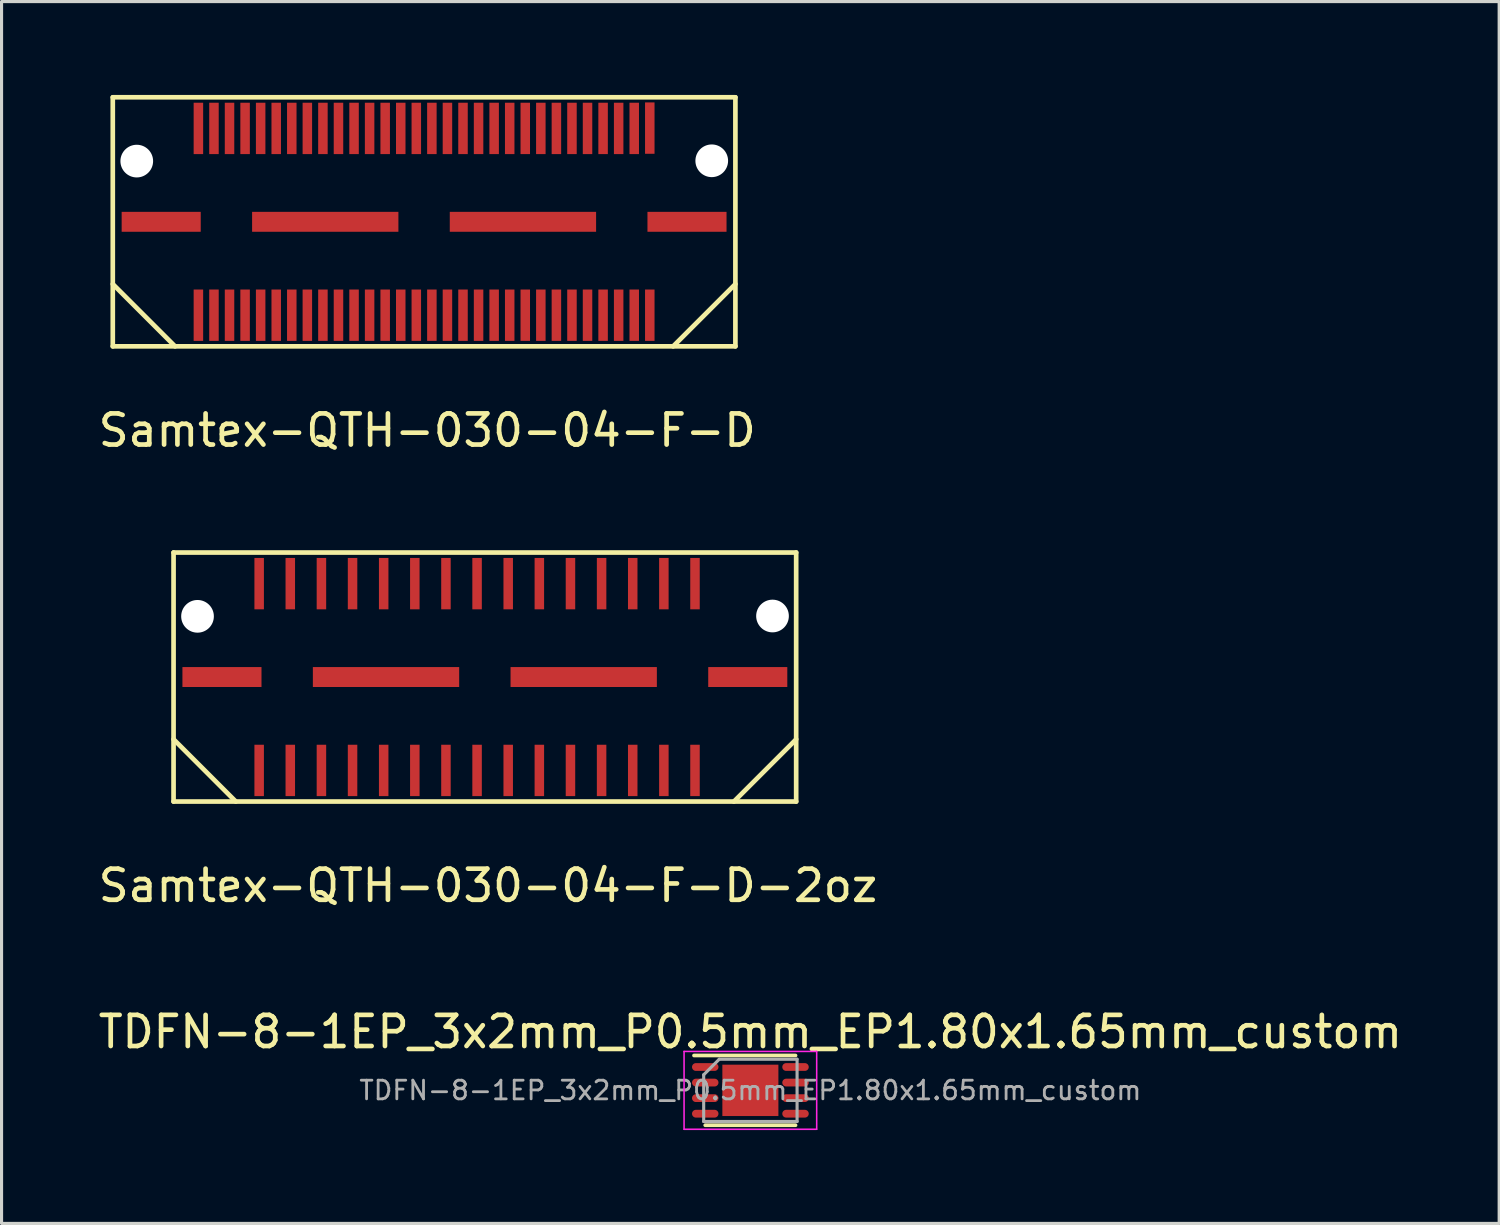
<source format=kicad_pcb>
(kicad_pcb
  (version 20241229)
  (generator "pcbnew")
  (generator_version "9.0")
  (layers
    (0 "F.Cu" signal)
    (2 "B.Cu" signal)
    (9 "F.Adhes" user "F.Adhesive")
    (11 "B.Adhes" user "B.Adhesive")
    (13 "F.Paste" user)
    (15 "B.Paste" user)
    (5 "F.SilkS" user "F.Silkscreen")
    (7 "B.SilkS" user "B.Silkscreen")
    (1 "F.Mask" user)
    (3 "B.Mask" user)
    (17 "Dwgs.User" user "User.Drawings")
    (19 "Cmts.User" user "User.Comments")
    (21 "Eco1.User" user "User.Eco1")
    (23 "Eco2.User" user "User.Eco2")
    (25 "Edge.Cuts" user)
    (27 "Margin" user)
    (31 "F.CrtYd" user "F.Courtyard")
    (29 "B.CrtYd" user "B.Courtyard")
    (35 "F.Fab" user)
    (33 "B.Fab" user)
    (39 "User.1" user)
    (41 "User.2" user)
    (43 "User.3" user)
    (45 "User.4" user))
  (footprint "Samtex-QTH-030-04-F-D"
    (layer "F.Cu")
    (at 10.573 4.075)
    (property "Reference" "Samtex-QTH-030-04-F-D" (at 0.1 6.7 0) (layer "F.SilkS") (effects (font (size 1 1) (thickness 0.15))))
    (attr through_hole)
    (fp_line (start -10 -4) (end -10 4) (stroke (width 0.15) (type solid)) (layer "F.SilkS"))
    (fp_line (start -10 2) (end -8 4) (stroke (width 0.15) (type solid)) (layer "F.SilkS"))
    (fp_line (start -10 4) (end 10 4) (stroke (width 0.15) (type solid)) (layer "F.SilkS"))
    (fp_line (start 10 -4) (end -10 -4) (stroke (width 0.15) (type solid)) (layer "F.SilkS"))
    (fp_line (start 10 2) (end 8 4) (stroke (width 0.15) (type solid)) (layer "F.SilkS"))
    (fp_line (start 10 4) (end 10 -4) (stroke (width 0.15) (type solid)) (layer "F.SilkS"))
    (pad "" np_thru_hole circle (at -9.23 -1.95) (size 1.05 1.05) (drill 1.05) (layers "*.Cu" "*.Mask"))
    (pad "" np_thru_hole circle (at 9.24 -1.96) (size 1.05 1.05) (drill 1.05) (layers "*.Cu" "*.Mask"))
    (pad "1" smd rect (at -7.25 -3) (size 0.305 1.65) (layers "F.Cu" "F.Mask" "F.Paste"))
    (pad "2" smd rect (at -7.25 3) (size 0.305 1.65) (layers "F.Cu" "F.Mask" "F.Paste"))
    (pad "3" smd rect (at -6.75 -3) (size 0.305 1.65) (layers "F.Cu" "F.Mask" "F.Paste"))
    (pad "4" smd rect (at -6.75 3) (size 0.305 1.65) (layers "F.Cu" "F.Mask" "F.Paste"))
    (pad "5" smd rect (at -6.25 -3) (size 0.305 1.65) (layers "F.Cu" "F.Mask" "F.Paste"))
    (pad "6" smd rect (at -6.25 3) (size 0.305 1.65) (layers "F.Cu" "F.Mask" "F.Paste"))
    (pad "7" smd rect (at -5.75 -3) (size 0.305 1.65) (layers "F.Cu" "F.Mask" "F.Paste"))
    (pad "8" smd rect (at -5.75 3) (size 0.305 1.65) (layers "F.Cu" "F.Mask" "F.Paste"))
    (pad "9" smd rect (at -5.25 -3) (size 0.305 1.65) (layers "F.Cu" "F.Mask" "F.Paste"))
    (pad "10" smd rect (at -5.25 3) (size 0.305 1.65) (layers "F.Cu" "F.Mask" "F.Paste"))
    (pad "11" smd rect (at -4.75 -3) (size 0.305 1.65) (layers "F.Cu" "F.Mask" "F.Paste"))
    (pad "12" smd rect (at -4.75 3) (size 0.305 1.65) (layers "F.Cu" "F.Mask" "F.Paste"))
    (pad "13" smd rect (at -4.25 -3) (size 0.305 1.65) (layers "F.Cu" "F.Mask" "F.Paste"))
    (pad "14" smd rect (at -4.25 3) (size 0.305 1.65) (layers "F.Cu" "F.Mask" "F.Paste"))
    (pad "15" smd rect (at -3.75 -3) (size 0.305 1.65) (layers "F.Cu" "F.Mask" "F.Paste"))
    (pad "16" smd rect (at -3.75 3) (size 0.305 1.65) (layers "F.Cu" "F.Mask" "F.Paste"))
    (pad "17" smd rect (at -3.25 -3) (size 0.305 1.65) (layers "F.Cu" "F.Mask" "F.Paste"))
    (pad "18" smd rect (at -3.25 3) (size 0.305 1.65) (layers "F.Cu" "F.Mask" "F.Paste"))
    (pad "19" smd rect (at -2.75 -3) (size 0.305 1.65) (layers "F.Cu" "F.Mask" "F.Paste"))
    (pad "20" smd rect (at -2.75 3) (size 0.305 1.65) (layers "F.Cu" "F.Mask" "F.Paste"))
    (pad "21" smd rect (at -2.25 -3) (size 0.305 1.65) (layers "F.Cu" "F.Mask" "F.Paste"))
    (pad "22" smd rect (at -2.25 3) (size 0.305 1.65) (layers "F.Cu" "F.Mask" "F.Paste"))
    (pad "23" smd rect (at -1.75 -3) (size 0.305 1.65) (layers "F.Cu" "F.Mask" "F.Paste"))
    (pad "24" smd rect (at -1.75 3) (size 0.305 1.65) (layers "F.Cu" "F.Mask" "F.Paste"))
    (pad "25" smd rect (at -1.25 -3) (size 0.305 1.65) (layers "F.Cu" "F.Mask" "F.Paste"))
    (pad "26" smd rect (at -1.25 3) (size 0.305 1.65) (layers "F.Cu" "F.Mask" "F.Paste"))
    (pad "27" smd rect (at -0.75 -3) (size 0.305 1.65) (layers "F.Cu" "F.Mask" "F.Paste"))
    (pad "28" smd rect (at -0.75 3) (size 0.305 1.65) (layers "F.Cu" "F.Mask" "F.Paste"))
    (pad "29" smd rect (at -0.25 -3) (size 0.305 1.65) (layers "F.Cu" "F.Mask" "F.Paste"))
    (pad "30" smd rect (at -0.25 3) (size 0.305 1.65) (layers "F.Cu" "F.Mask" "F.Paste"))
    (pad "31" smd rect (at 0.25 -3) (size 0.305 1.65) (layers "F.Cu" "F.Mask" "F.Paste"))
    (pad "32" smd rect (at 0.25 3) (size 0.305 1.65) (layers "F.Cu" "F.Mask" "F.Paste"))
    (pad "33" smd rect (at 0.75 -3) (size 0.305 1.65) (layers "F.Cu" "F.Mask" "F.Paste"))
    (pad "34" smd rect (at 1.25 -3) (size 0.305 1.65) (layers "F.Cu" "F.Mask" "F.Paste"))
    (pad "35" smd rect (at 0.75 3) (size 0.305 1.65) (layers "F.Cu" "F.Mask" "F.Paste"))
    (pad "36" smd rect (at 1.25 3) (size 0.305 1.65) (layers "F.Cu" "F.Mask" "F.Paste"))
    (pad "37" smd rect (at 1.75 -3) (size 0.305 1.65) (layers "F.Cu" "F.Mask" "F.Paste"))
    (pad "38" smd rect (at 1.75 3) (size 0.305 1.65) (layers "F.Cu" "F.Mask" "F.Paste"))
    (pad "39" smd rect (at 2.25 -3) (size 0.305 1.65) (layers "F.Cu" "F.Mask" "F.Paste"))
    (pad "40" smd rect (at 2.25 3) (size 0.305 1.65) (layers "F.Cu" "F.Mask" "F.Paste"))
    (pad "41" smd rect (at 2.75 -3) (size 0.305 1.65) (layers "F.Cu" "F.Mask" "F.Paste"))
    (pad "42" smd rect (at 2.75 3) (size 0.305 1.65) (layers "F.Cu" "F.Mask" "F.Paste"))
    (pad "43" smd rect (at 3.25 -3) (size 0.305 1.65) (layers "F.Cu" "F.Mask" "F.Paste"))
    (pad "44" smd rect (at 3.25 3) (size 0.305 1.65) (layers "F.Cu" "F.Mask" "F.Paste"))
    (pad "45" smd rect (at 3.75 -3) (size 0.305 1.65) (layers "F.Cu" "F.Mask" "F.Paste"))
    (pad "46" smd rect (at 3.75 3) (size 0.305 1.65) (layers "F.Cu" "F.Mask" "F.Paste"))
    (pad "47" smd rect (at 4.25 -3) (size 0.305 1.65) (layers "F.Cu" "F.Mask" "F.Paste"))
    (pad "48" smd rect (at 4.25 3) (size 0.305 1.65) (layers "F.Cu" "F.Mask" "F.Paste"))
    (pad "49" smd rect (at 4.75 -3) (size 0.305 1.65) (layers "F.Cu" "F.Mask" "F.Paste"))
    (pad "50" smd rect (at 4.75 3) (size 0.305 1.65) (layers "F.Cu" "F.Mask" "F.Paste"))
    (pad "51" smd rect (at 5.25 -3) (size 0.305 1.65) (layers "F.Cu" "F.Mask" "F.Paste"))
    (pad "52" smd rect (at 5.25 3) (size 0.305 1.65) (layers "F.Cu" "F.Mask" "F.Paste"))
    (pad "53" smd rect (at 5.75 -3) (size 0.305 1.65) (layers "F.Cu" "F.Mask" "F.Paste"))
    (pad "54" smd rect (at 5.75 3) (size 0.305 1.65) (layers "F.Cu" "F.Mask" "F.Paste"))
    (pad "55" smd rect (at 6.25 -3) (size 0.305 1.65) (layers "F.Cu" "F.Mask" "F.Paste"))
    (pad "56" smd rect (at 6.25 3) (size 0.305 1.65) (layers "F.Cu" "F.Mask" "F.Paste"))
    (pad "57" smd rect (at 6.75 -3) (size 0.305 1.65) (layers "F.Cu" "F.Mask" "F.Paste"))
    (pad "58" smd rect (at 6.75 3) (size 0.305 1.65) (layers "F.Cu" "F.Mask" "F.Paste"))
    (pad "59" smd rect (at 7.25 -3.01) (size 0.305 1.65) (layers "F.Cu" "F.Mask" "F.Paste"))
    (pad "60" smd rect (at 7.25 3) (size 0.305 1.65) (layers "F.Cu" "F.Mask" "F.Paste"))
    (pad "61" smd rect (at -8.445 0) (size 2.54 0.64) (layers "F.Cu" "F.Mask" "F.Paste"))
    (pad "61" smd rect (at 8.445 0) (size 2.54 0.64) (layers "F.Cu" "F.Mask" "F.Paste"))
    (pad "62" smd rect (at -3.175 0) (size 4.7 0.64) (layers "F.Cu" "F.Mask" "F.Paste"))
    (pad "62" smd rect (at 3.175 0) (size 4.7 0.64) (layers "F.Cu" "F.Mask" "F.Paste")))
  (footprint "Samtex-QTH-030-04-F-D-2oz"
    (layer "F.Cu")
    (at 12.525 18.698)
    (property "Reference" "Samtex-QTH-030-04-F-D-2oz" (at 0.1 6.7 0) (layer "F.SilkS") (effects (font (size 1 1) (thickness 0.15))))
    (attr through_hole)
    (fp_line (start -10 -4) (end -10 4) (stroke (width 0.15) (type solid)) (layer "F.SilkS"))
    (fp_line (start -10 2) (end -8 4) (stroke (width 0.15) (type solid)) (layer "F.SilkS"))
    (fp_line (start -10 4) (end 10 4) (stroke (width 0.15) (type solid)) (layer "F.SilkS"))
    (fp_line (start 10 -4) (end -10 -4) (stroke (width 0.15) (type solid)) (layer "F.SilkS"))
    (fp_line (start 10 2) (end 8 4) (stroke (width 0.15) (type solid)) (layer "F.SilkS"))
    (fp_line (start 10 4) (end 10 -4) (stroke (width 0.15) (type solid)) (layer "F.SilkS"))
    (pad "" np_thru_hole circle (at -9.23 -1.95) (size 1.05 1.05) (drill 1.05) (layers "*.Cu" "*.Mask"))
    (pad "" np_thru_hole circle (at 9.24 -1.96) (size 1.05 1.05) (drill 1.05) (layers "*.Cu" "*.Mask"))
    (pad "1" smd rect (at -7.25 -3) (size 0.305 1.65) (layers "F.Cu" "F.Mask" "F.Paste"))
    (pad "2" smd rect (at -7.25 3) (size 0.305 1.65) (layers "F.Cu" "F.Mask" "F.Paste"))
    (pad "5" smd rect (at -6.25 -3) (size 0.305 1.65) (layers "F.Cu" "F.Mask" "F.Paste"))
    (pad "6" smd rect (at -6.25 3) (size 0.305 1.65) (layers "F.Cu" "F.Mask" "F.Paste"))
    (pad "9" smd rect (at -5.25 -3) (size 0.305 1.65) (layers "F.Cu" "F.Mask" "F.Paste"))
    (pad "10" smd rect (at -5.25 3) (size 0.305 1.65) (layers "F.Cu" "F.Mask" "F.Paste"))
    (pad "13" smd rect (at -4.25 -3) (size 0.305 1.65) (layers "F.Cu" "F.Mask" "F.Paste"))
    (pad "14" smd rect (at -4.25 3) (size 0.305 1.65) (layers "F.Cu" "F.Mask" "F.Paste"))
    (pad "17" smd rect (at -3.25 -3) (size 0.305 1.65) (layers "F.Cu" "F.Mask" "F.Paste"))
    (pad "18" smd rect (at -3.25 3) (size 0.305 1.65) (layers "F.Cu" "F.Mask" "F.Paste"))
    (pad "21" smd rect (at -2.25 -3) (size 0.305 1.65) (layers "F.Cu" "F.Mask" "F.Paste"))
    (pad "22" smd rect (at -2.25 3) (size 0.305 1.65) (layers "F.Cu" "F.Mask" "F.Paste"))
    (pad "25" smd rect (at -1.25 -3) (size 0.305 1.65) (layers "F.Cu" "F.Mask" "F.Paste"))
    (pad "26" smd rect (at -1.25 3) (size 0.305 1.65) (layers "F.Cu" "F.Mask" "F.Paste"))
    (pad "29" smd rect (at -0.25 -3) (size 0.305 1.65) (layers "F.Cu" "F.Mask" "F.Paste"))
    (pad "30" smd rect (at -0.25 3) (size 0.305 1.65) (layers "F.Cu" "F.Mask" "F.Paste"))
    (pad "33" smd rect (at 0.75 -3) (size 0.305 1.65) (layers "F.Cu" "F.Mask" "F.Paste"))
    (pad "35" smd rect (at 0.75 3) (size 0.305 1.65) (layers "F.Cu" "F.Mask" "F.Paste"))
    (pad "37" smd rect (at 1.75 -3) (size 0.305 1.65) (layers "F.Cu" "F.Mask" "F.Paste"))
    (pad "38" smd rect (at 1.75 3) (size 0.305 1.65) (layers "F.Cu" "F.Mask" "F.Paste"))
    (pad "41" smd rect (at 2.75 -3) (size 0.305 1.65) (layers "F.Cu" "F.Mask" "F.Paste"))
    (pad "42" smd rect (at 2.75 3) (size 0.305 1.65) (layers "F.Cu" "F.Mask" "F.Paste"))
    (pad "45" smd rect (at 3.75 -3) (size 0.305 1.65) (layers "F.Cu" "F.Mask" "F.Paste"))
    (pad "46" smd rect (at 3.75 3) (size 0.305 1.65) (layers "F.Cu" "F.Mask" "F.Paste"))
    (pad "49" smd rect (at 4.75 -3) (size 0.305 1.65) (layers "F.Cu" "F.Mask" "F.Paste"))
    (pad "50" smd rect (at 4.75 3) (size 0.305 1.65) (layers "F.Cu" "F.Mask" "F.Paste"))
    (pad "53" smd rect (at 5.75 -3) (size 0.305 1.65) (layers "F.Cu" "F.Mask" "F.Paste"))
    (pad "54" smd rect (at 5.75 3) (size 0.305 1.65) (layers "F.Cu" "F.Mask" "F.Paste"))
    (pad "57" smd rect (at 6.75 -3) (size 0.305 1.65) (layers "F.Cu" "F.Mask" "F.Paste"))
    (pad "58" smd rect (at 6.75 3) (size 0.305 1.65) (layers "F.Cu" "F.Mask" "F.Paste"))
    (pad "61" smd rect (at -8.445 0) (size 2.54 0.64) (layers "F.Cu" "F.Mask" "F.Paste"))
    (pad "61" smd rect (at 8.445 0) (size 2.54 0.64) (layers "F.Cu" "F.Mask" "F.Paste"))
    (pad "62" smd rect (at -3.175 0) (size 4.7 0.64) (layers "F.Cu" "F.Mask" "F.Paste"))
    (pad "62" smd rect (at 3.175 0) (size 4.7 0.64) (layers "F.Cu" "F.Mask" "F.Paste")))
  (footprint "TDFN-8-1EP_3x2mm_P0.5mm_EP1.80x1.65mm_custom"
    (layer "F.Cu")
    (at 21.054 31.975)
    (property "Reference" "TDFN-8-1EP_3x2mm_P0.5mm_EP1.80x1.65mm_custom" (at 0 -1.88 0) (layer "F.SilkS") (effects (font (size 1 1) (thickness 0.15))))
    (attr smd)
    (fp_line (start -1.81 -1.12) (end 1.45 -1.12) (stroke (width 0.12) (type solid)) (layer "F.SilkS"))
    (fp_line (start -1.45 1.12) (end 1.45 1.12) (stroke (width 0.12) (type solid)) (layer "F.SilkS"))
    (fp_line (start -2.13 -1.25) (end -2.13 1.25) (stroke (width 0.05) (type solid)) (layer "F.CrtYd"))
    (fp_line (start -2.13 1.25) (end 2.13 1.25) (stroke (width 0.05) (type solid)) (layer "F.CrtYd"))
    (fp_line (start 2.13 -1.25) (end -2.13 -1.25) (stroke (width 0.05) (type solid)) (layer "F.CrtYd"))
    (fp_line (start 2.13 1.25) (end 2.13 -1.25) (stroke (width 0.05) (type solid)) (layer "F.CrtYd"))
    (fp_line (start -1.5 -0.5) (end -1.5 1) (stroke (width 0.1) (type solid)) (layer "F.Fab"))
    (fp_line (start -1.5 1) (end 1.5 1) (stroke (width 0.1) (type solid)) (layer "F.Fab"))
    (fp_line (start -1 -1) (end -1.5 -0.5) (stroke (width 0.1) (type solid)) (layer "F.Fab"))
    (fp_line (start 1.5 -1) (end -1 -1) (stroke (width 0.1) (type solid)) (layer "F.Fab"))
    (fp_line (start 1.5 1) (end 1.5 -1) (stroke (width 0.1) (type solid)) (layer "F.Fab"))
    (fp_text user "${REFERENCE}" (at 0 0 0) (layer "F.Fab") (effects (font (size 0.6 0.6) (thickness 0.09))))
    (pad "" smd rect (at 0 -0.5) (size 0.7 0.65) (layers "F.Paste"))
    (pad "" smd rect (at 0 0) (size 1.8 0.7) (layers "F.Paste"))
    (pad "" smd rect (at 0 0.5) (size 0.7 0.65) (layers "F.Paste"))
    (pad "1" smd oval (at -1.45 -0.75) (size 0.85 0.25) (layers "F.Cu" "F.Mask" "F.Paste"))
    (pad "2" smd oval (at -1.45 -0.25) (size 0.85 0.25) (layers "F.Cu" "F.Mask" "F.Paste"))
    (pad "3" smd oval (at -1.45 0.25) (size 0.85 0.25) (layers "F.Cu" "F.Mask" "F.Paste"))
    (pad "4" smd oval (at -1.45 0.75) (size 0.85 0.25) (layers "F.Cu" "F.Mask" "F.Paste"))
    (pad "5" smd oval (at 1.45 0.75) (size 0.85 0.25) (layers "F.Cu" "F.Mask" "F.Paste"))
    (pad "6" smd oval (at 1.45 0.25) (size 0.85 0.25) (layers "F.Cu" "F.Mask" "F.Paste"))
    (pad "7" smd oval (at 1.45 -0.25) (size 0.85 0.25) (layers "F.Cu" "F.Mask" "F.Paste"))
    (pad "8" smd oval (at 1.45 -0.75) (size 0.85 0.25) (layers "F.Cu" "F.Mask" "F.Paste"))
    (pad "9" smd rect (at 0 0) (size 1.8 1.65) (layers "F.Cu" "F.Mask")))
  (gr_rect
    (start -3 -3)
    (end 45.107 36.25)
    (stroke (width 0.1) (type default))
    (fill no)
    (layer "Edge.Cuts")))
</source>
